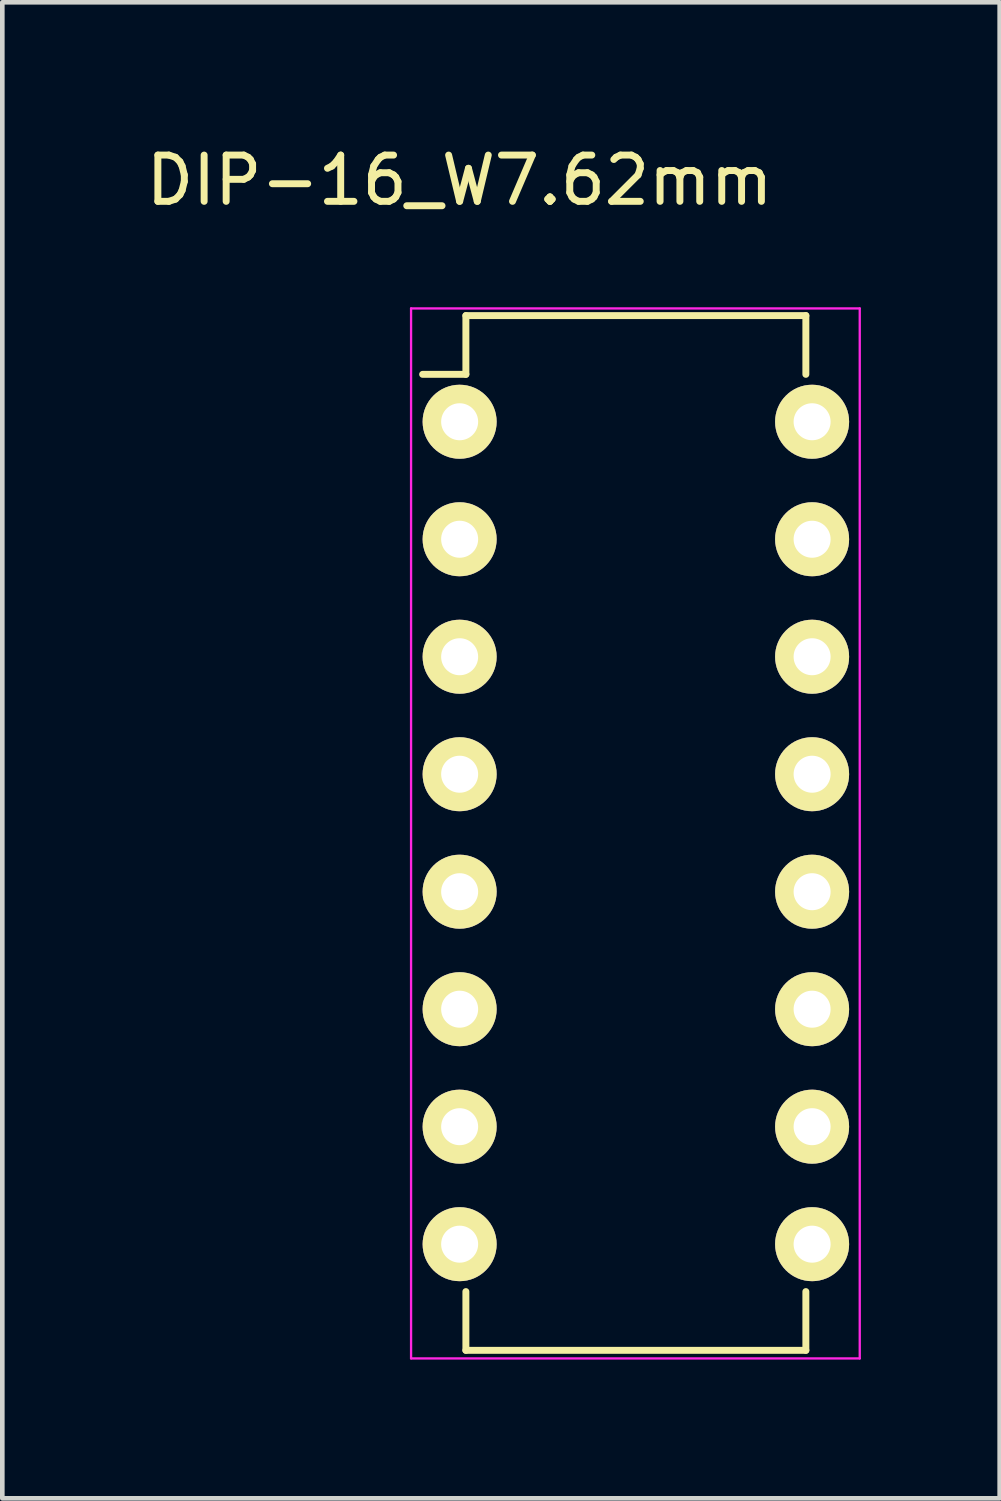
<source format=kicad_pcb>
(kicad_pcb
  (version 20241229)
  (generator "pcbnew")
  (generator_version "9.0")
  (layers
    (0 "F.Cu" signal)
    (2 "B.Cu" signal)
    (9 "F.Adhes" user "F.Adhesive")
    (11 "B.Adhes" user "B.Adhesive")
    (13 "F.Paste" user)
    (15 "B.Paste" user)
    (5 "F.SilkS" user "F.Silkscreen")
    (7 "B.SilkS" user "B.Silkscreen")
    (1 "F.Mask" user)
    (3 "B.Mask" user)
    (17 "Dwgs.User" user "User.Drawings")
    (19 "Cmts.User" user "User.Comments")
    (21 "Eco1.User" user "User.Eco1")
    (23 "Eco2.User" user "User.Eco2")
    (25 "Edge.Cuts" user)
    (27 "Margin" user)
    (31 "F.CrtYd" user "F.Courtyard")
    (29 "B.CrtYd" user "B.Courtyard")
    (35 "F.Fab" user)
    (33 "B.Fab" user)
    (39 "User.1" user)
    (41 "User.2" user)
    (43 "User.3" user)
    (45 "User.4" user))
  (footprint "DIP-16_W7.62mm"
    (layer "F.Cu")
    (at 6.887 6.068)
    (property "Reference" "DIP-16_W7.62mm" (at 0 -5.22 0) (layer "F.SilkS") (effects (font (size 1 1) (thickness 0.15))))
    (attr through_hole)
    (fp_line (start 0.135 -2.295) (end 0.135 -1.025) (stroke (width 0.15) (type solid)) (layer "F.SilkS"))
    (fp_line (start 0.135 -2.295) (end 7.485 -2.295) (stroke (width 0.15) (type solid)) (layer "F.SilkS"))
    (fp_line (start 0.135 -1.025) (end -0.8 -1.025) (stroke (width 0.15) (type solid)) (layer "F.SilkS"))
    (fp_line (start 0.135 20.075) (end 0.135 18.805) (stroke (width 0.15) (type solid)) (layer "F.SilkS"))
    (fp_line (start 0.135 20.075) (end 7.485 20.075) (stroke (width 0.15) (type solid)) (layer "F.SilkS"))
    (fp_line (start 7.485 -2.295) (end 7.485 -1.025) (stroke (width 0.15) (type solid)) (layer "F.SilkS"))
    (fp_line (start 7.485 20.075) (end 7.485 18.805) (stroke (width 0.15) (type solid)) (layer "F.SilkS"))
    (fp_line (start -1.05 -2.45) (end -1.05 20.25) (stroke (width 0.05) (type solid)) (layer "F.CrtYd"))
    (fp_line (start -1.05 -2.45) (end 8.65 -2.45) (stroke (width 0.05) (type solid)) (layer "F.CrtYd"))
    (fp_line (start -1.05 20.25) (end 8.65 20.25) (stroke (width 0.05) (type solid)) (layer "F.CrtYd"))
    (fp_line (start 8.65 -2.45) (end 8.65 20.25) (stroke (width 0.05) (type solid)) (layer "F.CrtYd"))
    (pad "1" thru_hole oval (at 0 0) (size 1.6 1.6) (drill 0.8) (layers "*.Cu" "*.Mask" "F.SilkS"))
    (pad "2" thru_hole oval (at 0 2.54) (size 1.6 1.6) (drill 0.8) (layers "*.Cu" "*.Mask" "F.SilkS"))
    (pad "3" thru_hole oval (at 0 5.08) (size 1.6 1.6) (drill 0.8) (layers "*.Cu" "*.Mask" "F.SilkS"))
    (pad "4" thru_hole oval (at 0 7.62) (size 1.6 1.6) (drill 0.8) (layers "*.Cu" "*.Mask" "F.SilkS"))
    (pad "5" thru_hole oval (at 0 10.16) (size 1.6 1.6) (drill 0.8) (layers "*.Cu" "*.Mask" "F.SilkS"))
    (pad "6" thru_hole oval (at 0 12.7) (size 1.6 1.6) (drill 0.8) (layers "*.Cu" "*.Mask" "F.SilkS"))
    (pad "7" thru_hole oval (at 0 15.24) (size 1.6 1.6) (drill 0.8) (layers "*.Cu" "*.Mask" "F.SilkS"))
    (pad "8" thru_hole oval (at 0 17.78) (size 1.6 1.6) (drill 0.8) (layers "*.Cu" "*.Mask" "F.SilkS"))
    (pad "9" thru_hole oval (at 7.62 17.78) (size 1.6 1.6) (drill 0.8) (layers "*.Cu" "*.Mask" "F.SilkS"))
    (pad "10" thru_hole oval (at 7.62 15.24) (size 1.6 1.6) (drill 0.8) (layers "*.Cu" "*.Mask" "F.SilkS"))
    (pad "11" thru_hole oval (at 7.62 12.7) (size 1.6 1.6) (drill 0.8) (layers "*.Cu" "*.Mask" "F.SilkS"))
    (pad "12" thru_hole oval (at 7.62 10.16) (size 1.6 1.6) (drill 0.8) (layers "*.Cu" "*.Mask" "F.SilkS"))
    (pad "13" thru_hole oval (at 7.62 7.62) (size 1.6 1.6) (drill 0.8) (layers "*.Cu" "*.Mask" "F.SilkS"))
    (pad "14" thru_hole oval (at 7.62 5.08) (size 1.6 1.6) (drill 0.8) (layers "*.Cu" "*.Mask" "F.SilkS"))
    (pad "15" thru_hole oval (at 7.62 2.54) (size 1.6 1.6) (drill 0.8) (layers "*.Cu" "*.Mask" "F.SilkS"))
    (pad "16" thru_hole oval (at 7.62 0) (size 1.6 1.6) (drill 0.8) (layers "*.Cu" "*.Mask" "F.SilkS")))
  (gr_rect
    (start -3 -3)
    (end 18.562 29.343)
    (stroke (width 0.1) (type default))
    (fill no)
    (layer "Edge.Cuts")))
</source>
